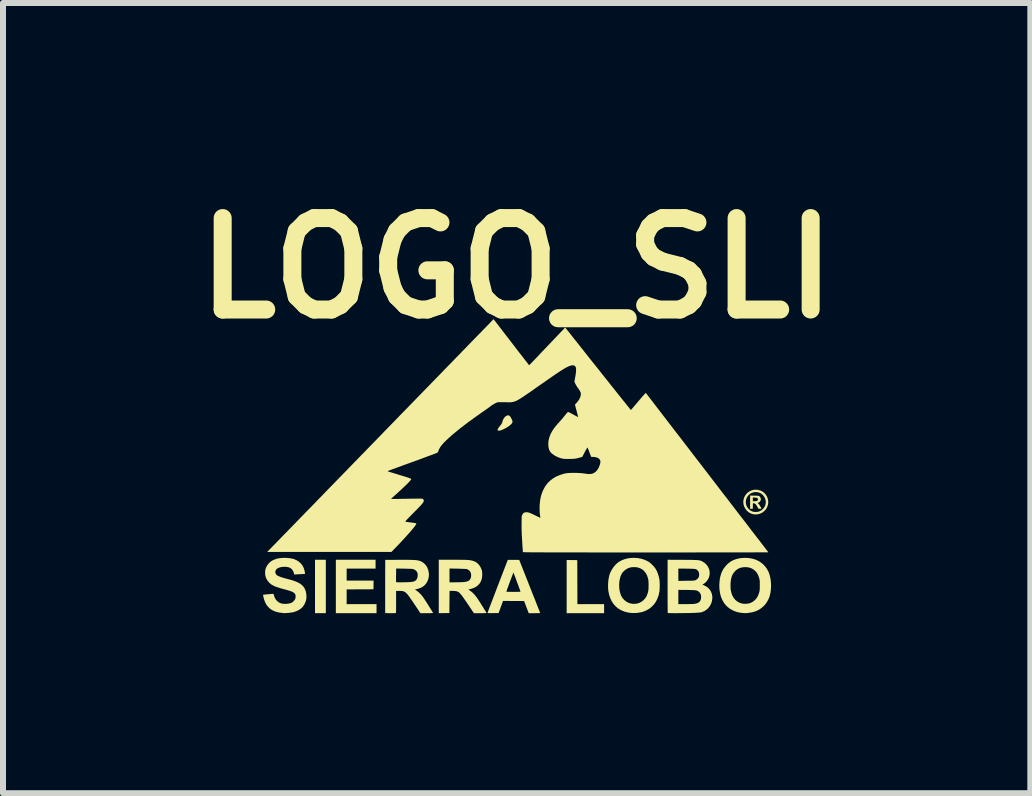
<source format=kicad_pcb>
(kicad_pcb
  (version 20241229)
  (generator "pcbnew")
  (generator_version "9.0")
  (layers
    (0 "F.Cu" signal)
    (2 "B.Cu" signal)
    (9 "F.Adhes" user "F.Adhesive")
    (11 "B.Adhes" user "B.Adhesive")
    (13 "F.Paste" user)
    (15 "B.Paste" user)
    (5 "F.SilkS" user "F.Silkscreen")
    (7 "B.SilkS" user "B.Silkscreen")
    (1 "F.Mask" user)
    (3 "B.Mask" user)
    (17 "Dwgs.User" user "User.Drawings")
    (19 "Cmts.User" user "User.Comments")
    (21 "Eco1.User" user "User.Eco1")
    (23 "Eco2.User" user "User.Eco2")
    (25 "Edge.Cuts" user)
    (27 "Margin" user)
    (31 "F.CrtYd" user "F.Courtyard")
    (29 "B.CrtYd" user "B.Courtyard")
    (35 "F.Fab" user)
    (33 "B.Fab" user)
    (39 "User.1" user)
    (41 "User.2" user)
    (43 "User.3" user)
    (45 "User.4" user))
  (footprint "LOGO_SLI"
    (layer "F.Cu")
    (at 5.559 4.718)
    (property "Reference" "LOGO_SLI" (at 0 -3.3 0) (layer "F.SilkS") (effects (font (size 1.524 1.524) (thickness 0.3))))
    (attr board_only exclude_from_pos_files exclude_from_bom allow_missing_courtyard)
    (fp_poly (pts (xy -3.18 2.449) (xy -3.36 2.449) (xy -3.36 1.559) (xy -3.18 1.559)) (stroke (width 0) (type solid)) (fill yes) (layer "F.SilkS"))
    (fp_poly (pts (xy 1.01 1.565) (xy 1.011 1.932) (xy 1.012 2.298) (xy 1.457 2.298) (xy 1.457 2.449) (xy 0.833 2.449) (xy 0.833 1.563)) (stroke (width 0) (type solid)) (fill yes) (layer "F.SilkS"))
    (fp_poly (pts (xy -2.351 1.706) (xy -2.833 1.706) (xy -2.833 1.906) (xy -2.384 1.906) (xy -2.385 1.979) (xy -2.386 2.051) (xy -2.61 2.052) (xy -2.833 2.053) (xy -2.833 2.298) (xy -2.335 2.298) (xy -2.335 2.449) (xy -3.013 2.449) (xy -3.013 1.559) (xy -2.351 1.559)) (stroke (width 0) (type solid)) (fill yes) (layer "F.SilkS"))
    (fp_poly (pts (xy -0.126 -0.843) (xy -0.116 -0.836) (xy -0.106 -0.825) (xy -0.096 -0.809) (xy -0.086 -0.79) (xy -0.077 -0.771) (xy -0.071 -0.754) (xy -0.069 -0.742) (xy -0.073 -0.725) (xy -0.085 -0.706) (xy -0.106 -0.686) (xy -0.133 -0.665) (xy -0.169 -0.642) (xy -0.175 -0.639) (xy -0.213 -0.619) (xy -0.246 -0.604) (xy -0.273 -0.595) (xy -0.295 -0.592) (xy -0.311 -0.594) (xy -0.313 -0.595) (xy -0.318 -0.6) (xy -0.317 -0.611) (xy -0.309 -0.627) (xy -0.296 -0.648) (xy -0.276 -0.674) (xy -0.265 -0.687) (xy -0.253 -0.704) (xy -0.245 -0.719) (xy -0.24 -0.734) (xy -0.234 -0.756) (xy -0.225 -0.778) (xy -0.213 -0.799) (xy -0.201 -0.815) (xy -0.192 -0.824) (xy -0.172 -0.839) (xy -0.155 -0.846) (xy -0.14 -0.848)) (stroke (width 0) (type solid)) (fill yes) (layer "F.SilkS"))
    (fp_poly (pts (xy 3.962 0.491) (xy 3.988 0.491) (xy 4.007 0.492) (xy 4.021 0.493) (xy 4.03 0.494) (xy 4.037 0.496) (xy 4.042 0.499) (xy 4.044 0.5) (xy 4.056 0.514) (xy 4.065 0.532) (xy 4.069 0.551) (xy 4.068 0.562) (xy 4.063 0.574) (xy 4.055 0.587) (xy 4.044 0.598) (xy 4.033 0.606) (xy 4.025 0.608) (xy 4.017 0.61) (xy 4.015 0.614) (xy 4.02 0.618) (xy 4.021 0.618) (xy 4.027 0.624) (xy 4.038 0.636) (xy 4.051 0.656) (xy 4.068 0.684) (xy 4.069 0.686) (xy 4.076 0.698) (xy 4.077 0.706) (xy 4.073 0.709) (xy 4.061 0.71) (xy 4.053 0.709) (xy 4.027 0.708) (xy 4.01 0.676) (xy 4.001 0.66) (xy 3.993 0.647) (xy 3.987 0.637) (xy 3.985 0.636) (xy 3.974 0.627) (xy 3.96 0.62) (xy 3.946 0.616) (xy 3.944 0.616) (xy 3.94 0.617) (xy 3.938 0.619) (xy 3.936 0.625) (xy 3.936 0.635) (xy 3.935 0.651) (xy 3.935 0.663) (xy 3.935 0.71) (xy 3.89 0.71) (xy 3.89 0.521) (xy 3.935 0.521) (xy 3.935 0.585) (xy 3.97 0.583) (xy 3.988 0.582) (xy 3.999 0.581) (xy 4.006 0.578) (xy 4.012 0.574) (xy 4.013 0.572) (xy 4.02 0.559) (xy 4.02 0.545) (xy 4.014 0.533) (xy 4.013 0.533) (xy 4.006 0.528) (xy 3.995 0.526) (xy 3.978 0.524) (xy 3.97 0.523) (xy 3.935 0.521) (xy 3.89 0.521) (xy 3.89 0.489)) (stroke (width 0) (type solid)) (fill yes) (layer "F.SilkS"))
    (fp_poly (pts (xy 4.024 0.395) (xy 4.062 0.406) (xy 4.097 0.423) (xy 4.127 0.447) (xy 4.153 0.477) (xy 4.173 0.511) (xy 4.186 0.55) (xy 4.186 0.552) (xy 4.192 0.587) (xy 4.191 0.62) (xy 4.186 0.645) (xy 4.173 0.683) (xy 4.154 0.717) (xy 4.128 0.746) (xy 4.098 0.77) (xy 4.064 0.788) (xy 4.026 0.8) (xy 3.986 0.804) (xy 3.984 0.804) (xy 3.965 0.803) (xy 3.946 0.801) (xy 3.931 0.798) (xy 3.93 0.798) (xy 3.893 0.784) (xy 3.861 0.764) (xy 3.833 0.738) (xy 3.81 0.708) (xy 3.792 0.675) (xy 3.781 0.639) (xy 3.777 0.608) (xy 3.818 0.608) (xy 3.824 0.64) (xy 3.835 0.671) (xy 3.853 0.699) (xy 3.876 0.723) (xy 3.905 0.744) (xy 3.937 0.758) (xy 3.952 0.761) (xy 3.972 0.762) (xy 3.99 0.762) (xy 4.011 0.761) (xy 4.027 0.758) (xy 4.041 0.754) (xy 4.051 0.75) (xy 4.083 0.731) (xy 4.109 0.707) (xy 4.129 0.68) (xy 4.143 0.649) (xy 4.15 0.617) (xy 4.151 0.584) (xy 4.144 0.551) (xy 4.131 0.519) (xy 4.111 0.489) (xy 4.104 0.482) (xy 4.078 0.459) (xy 4.048 0.443) (xy 4.016 0.434) (xy 3.982 0.431) (xy 3.949 0.435) (xy 3.917 0.445) (xy 3.887 0.462) (xy 3.864 0.482) (xy 3.842 0.511) (xy 3.827 0.542) (xy 3.819 0.575) (xy 3.818 0.608) (xy 3.777 0.608) (xy 3.776 0.602) (xy 3.779 0.564) (xy 3.782 0.55) (xy 3.796 0.51) (xy 3.817 0.475) (xy 3.843 0.446) (xy 3.874 0.422) (xy 3.909 0.405) (xy 3.947 0.394) (xy 3.984 0.391)) (stroke (width 0) (type solid)) (fill yes) (layer "F.SilkS"))
    (fp_poly (pts (xy -1.01 1.559) (xy -0.965 1.559) (xy -0.926 1.56) (xy -0.893 1.56) (xy -0.866 1.56) (xy -0.844 1.561) (xy -0.825 1.562) (xy -0.81 1.563) (xy -0.797 1.564) (xy -0.786 1.565) (xy -0.786 1.565) (xy -0.747 1.572) (xy -0.716 1.581) (xy -0.689 1.593) (xy -0.665 1.608) (xy -0.643 1.627) (xy -0.639 1.631) (xy -0.617 1.658) (xy -0.598 1.691) (xy -0.583 1.726) (xy -0.581 1.733) (xy -0.576 1.757) (xy -0.574 1.786) (xy -0.574 1.818) (xy -0.576 1.849) (xy -0.581 1.877) (xy -0.583 1.886) (xy -0.6 1.926) (xy -0.622 1.961) (xy -0.651 1.99) (xy -0.686 2.015) (xy -0.728 2.034) (xy -0.768 2.046) (xy -0.805 2.055) (xy -0.777 2.074) (xy -0.746 2.097) (xy -0.716 2.126) (xy -0.686 2.16) (xy -0.665 2.187) (xy -0.657 2.199) (xy -0.646 2.215) (xy -0.633 2.236) (xy -0.618 2.259) (xy -0.602 2.284) (xy -0.585 2.311) (xy -0.568 2.337) (xy -0.553 2.363) (xy -0.538 2.386) (xy -0.525 2.407) (xy -0.514 2.425) (xy -0.507 2.437) (xy -0.503 2.445) (xy -0.502 2.446) (xy -0.506 2.447) (xy -0.517 2.447) (xy -0.534 2.448) (xy -0.556 2.449) (xy -0.582 2.449) (xy -0.607 2.449) (xy -0.713 2.449) (xy -0.786 2.34) (xy -0.817 2.294) (xy -0.844 2.254) (xy -0.868 2.22) (xy -0.888 2.191) (xy -0.905 2.167) (xy -0.92 2.148) (xy -0.933 2.132) (xy -0.945 2.119) (xy -0.955 2.109) (xy -0.964 2.101) (xy -0.973 2.095) (xy -0.982 2.091) (xy -0.986 2.089) (xy -0.996 2.085) (xy -1.007 2.083) (xy -1.02 2.081) (xy -1.038 2.079) (xy -1.062 2.078) (xy -1.118 2.077) (xy -1.12 2.262) (xy -1.121 2.447) (xy -1.209 2.448) (xy -1.298 2.449) (xy -1.298 1.705) (xy -1.119 1.705) (xy -1.119 1.935) (xy -1.028 1.935) (xy -0.997 1.934) (xy -0.966 1.934) (xy -0.936 1.933) (xy -0.91 1.932) (xy -0.889 1.931) (xy -0.887 1.931) (xy -0.855 1.927) (xy -0.83 1.922) (xy -0.811 1.915) (xy -0.795 1.906) (xy -0.782 1.893) (xy -0.782 1.893) (xy -0.768 1.871) (xy -0.76 1.844) (xy -0.758 1.814) (xy -0.762 1.784) (xy -0.773 1.759) (xy -0.79 1.738) (xy -0.813 1.722) (xy -0.833 1.714) (xy -0.84 1.713) (xy -0.855 1.712) (xy -0.875 1.711) (xy -0.901 1.71) (xy -0.93 1.709) (xy -0.962 1.708) (xy -0.983 1.707) (xy -1.119 1.705) (xy -1.298 1.705) (xy -1.298 1.559) (xy -1.063 1.559)) (stroke (width 0) (type solid)) (fill yes) (layer "F.SilkS"))
    (fp_poly (pts (xy 3.866 1.53) (xy 3.923 1.54) (xy 3.976 1.555) (xy 4.025 1.577) (xy 4.057 1.596) (xy 4.102 1.63) (xy 4.14 1.67) (xy 4.172 1.714) (xy 4.198 1.763) (xy 4.217 1.818) (xy 4.23 1.877) (xy 4.237 1.942) (xy 4.239 1.988) (xy 4.236 2.053) (xy 4.228 2.113) (xy 4.215 2.168) (xy 4.195 2.218) (xy 4.17 2.264) (xy 4.139 2.306) (xy 4.121 2.326) (xy 4.081 2.362) (xy 4.036 2.392) (xy 3.986 2.416) (xy 3.93 2.433) (xy 3.87 2.443) (xy 3.856 2.445) (xy 3.836 2.447) (xy 3.821 2.448) (xy 3.808 2.448) (xy 3.796 2.448) (xy 3.781 2.447) (xy 3.761 2.445) (xy 3.754 2.445) (xy 3.695 2.436) (xy 3.641 2.42) (xy 3.59 2.397) (xy 3.543 2.368) (xy 3.501 2.333) (xy 3.465 2.292) (xy 3.439 2.253) (xy 3.417 2.208) (xy 3.399 2.159) (xy 3.387 2.105) (xy 3.379 2.049) (xy 3.377 2.001) (xy 3.563 2.001) (xy 3.566 2.055) (xy 3.576 2.103) (xy 3.59 2.147) (xy 3.597 2.161) (xy 3.619 2.199) (xy 3.647 2.231) (xy 3.68 2.257) (xy 3.718 2.277) (xy 3.754 2.288) (xy 3.779 2.292) (xy 3.808 2.293) (xy 3.839 2.291) (xy 3.867 2.287) (xy 3.887 2.282) (xy 3.903 2.275) (xy 3.923 2.265) (xy 3.941 2.254) (xy 3.942 2.254) (xy 3.973 2.228) (xy 4 2.196) (xy 4.021 2.159) (xy 4.037 2.116) (xy 4.042 2.1) (xy 4.045 2.086) (xy 4.048 2.074) (xy 4.049 2.061) (xy 4.051 2.046) (xy 4.051 2.027) (xy 4.051 2.002) (xy 4.051 1.982) (xy 4.051 1.952) (xy 4.051 1.929) (xy 4.05 1.911) (xy 4.048 1.897) (xy 4.046 1.884) (xy 4.043 1.871) (xy 4.042 1.867) (xy 4.027 1.824) (xy 4.009 1.787) (xy 3.985 1.755) (xy 3.976 1.747) (xy 3.945 1.72) (xy 3.91 1.701) (xy 3.872 1.688) (xy 3.829 1.682) (xy 3.809 1.682) (xy 3.765 1.685) (xy 3.725 1.694) (xy 3.69 1.709) (xy 3.657 1.732) (xy 3.639 1.749) (xy 3.615 1.778) (xy 3.595 1.81) (xy 3.581 1.847) (xy 3.571 1.888) (xy 3.565 1.936) (xy 3.564 1.942) (xy 3.563 2.001) (xy 3.377 2.001) (xy 3.376 1.992) (xy 3.379 1.935) (xy 3.385 1.879) (xy 3.397 1.825) (xy 3.413 1.775) (xy 3.435 1.73) (xy 3.448 1.708) (xy 3.483 1.662) (xy 3.52 1.624) (xy 3.561 1.592) (xy 3.607 1.567) (xy 3.657 1.548) (xy 3.712 1.535) (xy 3.748 1.53) (xy 3.808 1.527)) (stroke (width 0) (type solid)) (fill yes) (layer "F.SilkS"))
    (fp_poly (pts (xy 0.068 1.624) (xy 0.074 1.642) (xy 0.084 1.665) (xy 0.095 1.694) (xy 0.108 1.727) (xy 0.123 1.764) (xy 0.138 1.802) (xy 0.153 1.841) (xy 0.164 1.869) (xy 0.182 1.913) (xy 0.201 1.962) (xy 0.222 2.015) (xy 0.244 2.07) (xy 0.265 2.125) (xy 0.286 2.178) (xy 0.306 2.227) (xy 0.314 2.248) (xy 0.329 2.286) (xy 0.343 2.322) (xy 0.356 2.354) (xy 0.367 2.383) (xy 0.377 2.407) (xy 0.384 2.426) (xy 0.389 2.44) (xy 0.392 2.446) (xy 0.392 2.447) (xy 0.388 2.448) (xy 0.377 2.448) (xy 0.36 2.448) (xy 0.339 2.449) (xy 0.313 2.449) (xy 0.296 2.449) (xy 0.201 2.449) (xy 0.186 2.411) (xy 0.18 2.394) (xy 0.171 2.371) (xy 0.161 2.346) (xy 0.152 2.32) (xy 0.148 2.31) (xy 0.124 2.247) (xy -0.052 2.246) (xy -0.228 2.245) (xy -0.238 2.274) (xy -0.243 2.288) (xy -0.25 2.308) (xy -0.259 2.331) (xy -0.268 2.356) (xy -0.275 2.376) (xy -0.301 2.447) (xy -0.393 2.448) (xy -0.424 2.448) (xy -0.448 2.448) (xy -0.465 2.448) (xy -0.477 2.447) (xy -0.483 2.446) (xy -0.486 2.444) (xy -0.486 2.444) (xy -0.484 2.44) (xy -0.48 2.428) (xy -0.473 2.41) (xy -0.464 2.385) (xy -0.453 2.355) (xy -0.439 2.32) (xy -0.424 2.28) (xy -0.407 2.236) (xy -0.389 2.188) (xy -0.369 2.137) (xy -0.352 2.091) (xy -0.171 2.091) (xy -0.168 2.092) (xy -0.156 2.093) (xy -0.139 2.093) (xy -0.117 2.093) (xy -0.091 2.094) (xy -0.061 2.094) (xy -0.053 2.094) (xy -0.018 2.094) (xy 0.009 2.094) (xy 0.029 2.093) (xy 0.044 2.093) (xy 0.054 2.092) (xy 0.06 2.091) (xy 0.063 2.09) (xy 0.064 2.088) (xy 0.063 2.087) (xy 0.061 2.081) (xy 0.057 2.069) (xy 0.05 2.051) (xy 0.042 2.028) (xy 0.032 2.001) (xy 0.021 1.97) (xy 0.008 1.937) (xy 0.005 1.929) (xy -0.007 1.895) (xy -0.018 1.864) (xy -0.029 1.836) (xy -0.038 1.812) (xy -0.045 1.793) (xy -0.05 1.78) (xy -0.053 1.773) (xy -0.053 1.772) (xy -0.055 1.775) (xy -0.059 1.785) (xy -0.065 1.8) (xy -0.073 1.82) (xy -0.082 1.844) (xy -0.092 1.871) (xy -0.103 1.9) (xy -0.114 1.93) (xy -0.126 1.96) (xy -0.136 1.989) (xy -0.146 2.017) (xy -0.155 2.041) (xy -0.162 2.062) (xy -0.167 2.078) (xy -0.171 2.088) (xy -0.171 2.091) (xy -0.352 2.091) (xy -0.349 2.083) (xy -0.327 2.026) (xy -0.317 2) (xy -0.148 1.561) (xy 0.042 1.561)) (stroke (width 0) (type solid)) (fill yes) (layer "F.SilkS"))
    (fp_poly (pts (xy 2.013 1.53) (xy 2.072 1.541) (xy 2.128 1.558) (xy 2.18 1.582) (xy 2.194 1.589) (xy 2.215 1.604) (xy 2.239 1.624) (xy 2.263 1.647) (xy 2.286 1.671) (xy 2.305 1.695) (xy 2.312 1.705) (xy 2.336 1.747) (xy 2.355 1.795) (xy 2.37 1.847) (xy 2.38 1.896) (xy 2.382 1.92) (xy 2.383 1.95) (xy 2.384 1.983) (xy 2.383 2.017) (xy 2.382 2.049) (xy 2.38 2.077) (xy 2.378 2.091) (xy 2.365 2.151) (xy 2.346 2.205) (xy 2.321 2.256) (xy 2.29 2.301) (xy 2.253 2.34) (xy 2.211 2.374) (xy 2.163 2.402) (xy 2.111 2.423) (xy 2.104 2.426) (xy 2.056 2.437) (xy 2.003 2.445) (xy 1.949 2.447) (xy 1.904 2.445) (xy 1.844 2.436) (xy 1.788 2.42) (xy 1.737 2.398) (xy 1.69 2.37) (xy 1.649 2.335) (xy 1.613 2.295) (xy 1.583 2.249) (xy 1.559 2.197) (xy 1.54 2.141) (xy 1.528 2.08) (xy 1.527 2.071) (xy 1.523 2.024) (xy 1.523 1.992) (xy 1.708 1.992) (xy 1.71 2.035) (xy 1.717 2.083) (xy 1.728 2.125) (xy 1.742 2.161) (xy 1.761 2.193) (xy 1.786 2.222) (xy 1.79 2.227) (xy 1.823 2.254) (xy 1.86 2.275) (xy 1.9 2.288) (xy 1.943 2.294) (xy 1.987 2.292) (xy 2.01 2.288) (xy 2.047 2.276) (xy 2.082 2.257) (xy 2.114 2.232) (xy 2.141 2.203) (xy 2.161 2.172) (xy 2.169 2.154) (xy 2.178 2.132) (xy 2.185 2.11) (xy 2.187 2.103) (xy 2.191 2.088) (xy 2.193 2.075) (xy 2.195 2.061) (xy 2.197 2.046) (xy 2.197 2.027) (xy 2.198 2.003) (xy 2.198 1.986) (xy 2.198 1.957) (xy 2.197 1.934) (xy 2.196 1.917) (xy 2.195 1.902) (xy 2.193 1.888) (xy 2.189 1.874) (xy 2.189 1.872) (xy 2.174 1.825) (xy 2.154 1.786) (xy 2.128 1.752) (xy 2.098 1.724) (xy 2.062 1.703) (xy 2.022 1.689) (xy 2.019 1.688) (xy 1.997 1.684) (xy 1.97 1.682) (xy 1.941 1.682) (xy 1.914 1.684) (xy 1.891 1.688) (xy 1.854 1.701) (xy 1.818 1.721) (xy 1.787 1.747) (xy 1.76 1.777) (xy 1.755 1.785) (xy 1.738 1.817) (xy 1.725 1.855) (xy 1.715 1.898) (xy 1.709 1.944) (xy 1.708 1.992) (xy 1.523 1.992) (xy 1.523 1.974) (xy 1.526 1.923) (xy 1.532 1.874) (xy 1.541 1.83) (xy 1.543 1.821) (xy 1.559 1.775) (xy 1.582 1.73) (xy 1.61 1.686) (xy 1.642 1.647) (xy 1.664 1.625) (xy 1.703 1.594) (xy 1.746 1.57) (xy 1.794 1.551) (xy 1.846 1.537) (xy 1.891 1.53) (xy 1.952 1.527)) (stroke (width 0) (type solid)) (fill yes) (layer "F.SilkS"))
    (fp_poly (pts (xy 2.767 1.56) (xy 2.821 1.561) (xy 2.868 1.561) (xy 2.908 1.561) (xy 2.942 1.562) (xy 2.971 1.563) (xy 2.994 1.564) (xy 3.014 1.565) (xy 3.03 1.567) (xy 3.044 1.569) (xy 3.055 1.571) (xy 3.066 1.575) (xy 3.075 1.578) (xy 3.085 1.583) (xy 3.095 1.588) (xy 3.1 1.591) (xy 3.134 1.613) (xy 3.163 1.641) (xy 3.187 1.674) (xy 3.205 1.711) (xy 3.211 1.731) (xy 3.215 1.759) (xy 3.216 1.79) (xy 3.212 1.822) (xy 3.205 1.85) (xy 3.205 1.85) (xy 3.189 1.884) (xy 3.167 1.916) (xy 3.141 1.943) (xy 3.113 1.963) (xy 3.094 1.974) (xy 3.119 1.984) (xy 3.156 2.002) (xy 3.189 2.026) (xy 3.216 2.056) (xy 3.237 2.089) (xy 3.252 2.127) (xy 3.26 2.167) (xy 3.26 2.205) (xy 3.253 2.251) (xy 3.239 2.293) (xy 3.218 2.331) (xy 3.192 2.365) (xy 3.161 2.393) (xy 3.125 2.416) (xy 3.085 2.432) (xy 3.074 2.435) (xy 3.06 2.437) (xy 3.04 2.439) (xy 3.013 2.441) (xy 2.979 2.443) (xy 2.938 2.445) (xy 2.931 2.445) (xy 2.9 2.446) (xy 2.866 2.447) (xy 2.829 2.447) (xy 2.791 2.448) (xy 2.752 2.448) (xy 2.713 2.448) (xy 2.676 2.449) (xy 2.64 2.449) (xy 2.607 2.449) (xy 2.578 2.448) (xy 2.554 2.448) (xy 2.535 2.448) (xy 2.523 2.447) (xy 2.517 2.446) (xy 2.517 2.446) (xy 2.517 2.442) (xy 2.517 2.43) (xy 2.516 2.411) (xy 2.516 2.385) (xy 2.516 2.353) (xy 2.515 2.316) (xy 2.515 2.274) (xy 2.515 2.227) (xy 2.515 2.177) (xy 2.515 2.123) (xy 2.515 2.066) (xy 2.515 2.061) (xy 2.694 2.061) (xy 2.694 2.298) (xy 2.812 2.298) (xy 2.844 2.298) (xy 2.875 2.297) (xy 2.904 2.297) (xy 2.929 2.296) (xy 2.949 2.295) (xy 2.962 2.294) (xy 2.963 2.294) (xy 2.997 2.287) (xy 3.025 2.276) (xy 3.047 2.259) (xy 3.062 2.238) (xy 3.071 2.211) (xy 3.073 2.18) (xy 3.073 2.171) (xy 3.069 2.142) (xy 3.058 2.117) (xy 3.042 2.098) (xy 3.032 2.09) (xy 3.023 2.083) (xy 3.014 2.078) (xy 3.004 2.074) (xy 2.993 2.07) (xy 2.98 2.068) (xy 2.963 2.066) (xy 2.942 2.065) (xy 2.916 2.064) (xy 2.883 2.063) (xy 2.844 2.062) (xy 2.834 2.062) (xy 2.694 2.061) (xy 2.515 2.061) (xy 2.515 2.006) (xy 2.515 1.706) (xy 2.694 1.706) (xy 2.694 1.911) (xy 2.826 1.909) (xy 2.863 1.909) (xy 2.893 1.908) (xy 2.917 1.908) (xy 2.935 1.907) (xy 2.949 1.906) (xy 2.96 1.905) (xy 2.968 1.903) (xy 2.975 1.901) (xy 2.978 1.9) (xy 2.997 1.89) (xy 3.015 1.875) (xy 3.029 1.858) (xy 3.036 1.842) (xy 3.041 1.813) (xy 3.04 1.786) (xy 3.032 1.76) (xy 3.017 1.739) (xy 3.015 1.737) (xy 3.008 1.73) (xy 3 1.724) (xy 2.993 1.719) (xy 2.984 1.716) (xy 2.972 1.713) (xy 2.957 1.711) (xy 2.938 1.71) (xy 2.914 1.709) (xy 2.883 1.708) (xy 2.846 1.707) (xy 2.83 1.707) (xy 2.694 1.706) (xy 2.515 1.706) (xy 2.515 1.559)) (stroke (width 0) (type solid)) (fill yes) (layer "F.SilkS"))
    (fp_poly (pts (xy -3.81 1.53) (xy -3.765 1.535) (xy -3.725 1.544) (xy -3.714 1.547) (xy -3.669 1.566) (xy -3.63 1.59) (xy -3.597 1.62) (xy -3.569 1.655) (xy -3.549 1.694) (xy -3.535 1.739) (xy -3.529 1.772) (xy -3.526 1.795) (xy -3.579 1.798) (xy -3.603 1.799) (xy -3.629 1.8) (xy -3.653 1.802) (xy -3.669 1.802) (xy -3.706 1.805) (xy -3.709 1.793) (xy -3.719 1.759) (xy -3.734 1.731) (xy -3.753 1.709) (xy -3.778 1.693) (xy -3.808 1.682) (xy -3.844 1.677) (xy -3.87 1.676) (xy -3.908 1.678) (xy -3.942 1.685) (xy -3.971 1.695) (xy -3.993 1.708) (xy -4.009 1.725) (xy -4.019 1.744) (xy -4.021 1.761) (xy -4.02 1.777) (xy -4.015 1.791) (xy -4.007 1.804) (xy -3.995 1.816) (xy -3.978 1.827) (xy -3.956 1.837) (xy -3.927 1.848) (xy -3.892 1.859) (xy -3.85 1.871) (xy -3.829 1.876) (xy -3.773 1.891) (xy -3.724 1.906) (xy -3.682 1.921) (xy -3.646 1.937) (xy -3.615 1.953) (xy -3.59 1.971) (xy -3.568 1.99) (xy -3.55 2.011) (xy -3.535 2.035) (xy -3.527 2.051) (xy -3.514 2.085) (xy -3.506 2.123) (xy -3.503 2.163) (xy -3.504 2.203) (xy -3.511 2.24) (xy -3.515 2.253) (xy -3.533 2.296) (xy -3.557 2.334) (xy -3.587 2.366) (xy -3.624 2.393) (xy -3.666 2.414) (xy -3.715 2.431) (xy -3.723 2.433) (xy -3.737 2.436) (xy -3.755 2.438) (xy -3.778 2.441) (xy -3.801 2.444) (xy -3.825 2.446) (xy -3.845 2.448) (xy -3.861 2.449) (xy -3.87 2.448) (xy -3.877 2.448) (xy -3.889 2.447) (xy -3.905 2.445) (xy -3.914 2.444) (xy -3.971 2.436) (xy -4.022 2.422) (xy -4.067 2.402) (xy -4.107 2.377) (xy -4.141 2.345) (xy -4.17 2.308) (xy -4.193 2.264) (xy -4.21 2.216) (xy -4.215 2.198) (xy -4.219 2.18) (xy -4.222 2.165) (xy -4.223 2.162) (xy -4.226 2.143) (xy -4.212 2.141) (xy -4.203 2.14) (xy -4.188 2.138) (xy -4.168 2.136) (xy -4.146 2.134) (xy -4.123 2.132) (xy -4.102 2.13) (xy -4.083 2.128) (xy -4.068 2.127) (xy -4.06 2.127) (xy -4.06 2.127) (xy -4.054 2.128) (xy -4.05 2.133) (xy -4.046 2.144) (xy -4.045 2.148) (xy -4.033 2.187) (xy -4.014 2.221) (xy -3.991 2.248) (xy -3.962 2.27) (xy -3.928 2.285) (xy -3.918 2.288) (xy -3.891 2.293) (xy -3.861 2.294) (xy -3.829 2.293) (xy -3.797 2.289) (xy -3.769 2.282) (xy -3.748 2.274) (xy -3.732 2.263) (xy -3.716 2.248) (xy -3.702 2.232) (xy -3.692 2.217) (xy -3.686 2.198) (xy -3.683 2.176) (xy -3.684 2.155) (xy -3.686 2.145) (xy -3.692 2.132) (xy -3.699 2.121) (xy -3.709 2.111) (xy -3.722 2.102) (xy -3.74 2.092) (xy -3.763 2.083) (xy -3.792 2.074) (xy -3.827 2.063) (xy -3.869 2.052) (xy -3.872 2.051) (xy -3.921 2.038) (xy -3.963 2.025) (xy -3.999 2.013) (xy -4.029 2.002) (xy -4.055 1.99) (xy -4.077 1.977) (xy -4.097 1.964) (xy -4.114 1.949) (xy -4.128 1.936) (xy -4.155 1.902) (xy -4.175 1.866) (xy -4.187 1.828) (xy -4.192 1.786) (xy -4.192 1.775) (xy -4.189 1.733) (xy -4.178 1.693) (xy -4.159 1.656) (xy -4.133 1.622) (xy -4.124 1.612) (xy -4.097 1.588) (xy -4.068 1.57) (xy -4.035 1.555) (xy -3.997 1.542) (xy -3.99 1.54) (xy -3.949 1.533) (xy -3.904 1.528) (xy -3.857 1.527)) (stroke (width 0) (type solid)) (fill yes) (layer "F.SilkS"))
    (fp_poly (pts (xy -1.806 1.56) (xy -1.767 1.561) (xy -1.734 1.562) (xy -1.706 1.563) (xy -1.682 1.565) (xy -1.661 1.567) (xy -1.643 1.571) (xy -1.627 1.574) (xy -1.612 1.579) (xy -1.599 1.584) (xy -1.585 1.59) (xy -1.581 1.592) (xy -1.56 1.605) (xy -1.537 1.625) (xy -1.516 1.647) (xy -1.499 1.671) (xy -1.49 1.687) (xy -1.474 1.728) (xy -1.465 1.77) (xy -1.462 1.812) (xy -1.466 1.853) (xy -1.476 1.892) (xy -1.493 1.929) (xy -1.514 1.962) (xy -1.542 1.991) (xy -1.574 2.014) (xy -1.589 2.022) (xy -1.609 2.03) (xy -1.632 2.039) (xy -1.654 2.045) (xy -1.658 2.046) (xy -1.695 2.056) (xy -1.667 2.074) (xy -1.632 2.101) (xy -1.597 2.136) (xy -1.563 2.177) (xy -1.557 2.186) (xy -1.549 2.198) (xy -1.538 2.214) (xy -1.524 2.235) (xy -1.509 2.258) (xy -1.493 2.283) (xy -1.476 2.309) (xy -1.46 2.336) (xy -1.444 2.361) (xy -1.429 2.385) (xy -1.416 2.406) (xy -1.405 2.424) (xy -1.397 2.437) (xy -1.393 2.445) (xy -1.392 2.446) (xy -1.396 2.447) (xy -1.407 2.448) (xy -1.424 2.448) (xy -1.446 2.449) (xy -1.472 2.449) (xy -1.498 2.449) (xy -1.604 2.449) (xy -1.678 2.338) (xy -1.709 2.292) (xy -1.735 2.253) (xy -1.758 2.22) (xy -1.777 2.192) (xy -1.794 2.169) (xy -1.808 2.15) (xy -1.821 2.134) (xy -1.832 2.122) (xy -1.842 2.112) (xy -1.851 2.104) (xy -1.86 2.098) (xy -1.869 2.093) (xy -1.873 2.091) (xy -1.883 2.086) (xy -1.893 2.083) (xy -1.903 2.081) (xy -1.917 2.08) (xy -1.935 2.079) (xy -1.952 2.078) (xy -1.975 2.078) (xy -1.991 2.078) (xy -2.002 2.078) (xy -2.007 2.08) (xy -2.009 2.082) (xy -2.009 2.082) (xy -2.009 2.087) (xy -2.009 2.1) (xy -2.009 2.119) (xy -2.009 2.143) (xy -2.009 2.172) (xy -2.009 2.205) (xy -2.009 2.241) (xy -2.009 2.262) (xy -2.009 2.299) (xy -2.009 2.334) (xy -2.009 2.365) (xy -2.009 2.392) (xy -2.01 2.415) (xy -2.01 2.431) (xy -2.011 2.44) (xy -2.011 2.443) (xy -2.013 2.445) (xy -2.017 2.446) (xy -2.024 2.447) (xy -2.035 2.448) (xy -2.052 2.449) (xy -2.075 2.449) (xy -2.101 2.449) (xy -2.126 2.449) (xy -2.149 2.448) (xy -2.168 2.448) (xy -2.182 2.447) (xy -2.189 2.446) (xy -2.19 2.445) (xy -2.19 2.441) (xy -2.19 2.429) (xy -2.191 2.409) (xy -2.191 2.384) (xy -2.191 2.352) (xy -2.191 2.315) (xy -2.191 2.272) (xy -2.191 2.225) (xy -2.191 2.175) (xy -2.191 2.121) (xy -2.191 2.064) (xy -2.191 2.005) (xy -2.191 2.001) (xy -2.191 1.892) (xy -2.01 1.892) (xy -2.01 1.91) (xy -2.01 1.923) (xy -2.009 1.928) (xy -2.008 1.93) (xy -2.005 1.932) (xy -1.999 1.933) (xy -1.989 1.934) (xy -1.974 1.934) (xy -1.953 1.935) (xy -1.926 1.935) (xy -1.917 1.935) (xy -1.887 1.934) (xy -1.856 1.934) (xy -1.826 1.933) (xy -1.799 1.932) (xy -1.779 1.931) (xy -1.777 1.931) (xy -1.744 1.927) (xy -1.717 1.922) (xy -1.697 1.914) (xy -1.681 1.903) (xy -1.669 1.889) (xy -1.659 1.871) (xy -1.653 1.852) (xy -1.649 1.828) (xy -1.649 1.804) (xy -1.652 1.782) (xy -1.656 1.772) (xy -1.668 1.752) (xy -1.686 1.734) (xy -1.708 1.721) (xy -1.714 1.718) (xy -1.72 1.716) (xy -1.728 1.714) (xy -1.737 1.713) (xy -1.748 1.711) (xy -1.763 1.71) (xy -1.783 1.71) (xy -1.808 1.709) (xy -1.84 1.708) (xy -1.872 1.707) (xy -2.008 1.705) (xy -2.009 1.813) (xy -2.01 1.842) (xy -2.01 1.869) (xy -2.01 1.892) (xy -2.191 1.892) (xy -2.19 1.561) (xy -1.962 1.56) (xy -1.902 1.56) (xy -1.851 1.56)) (stroke (width 0) (type solid)) (fill yes) (layer "F.SilkS"))
    (fp_poly (pts (xy -0.09 -2.067) (xy -0.052 -2.018) (xy -0.016 -1.97) (xy 0.019 -1.925) (xy 0.052 -1.882) (xy 0.083 -1.843) (xy 0.111 -1.807) (xy 0.136 -1.774) (xy 0.158 -1.746) (xy 0.176 -1.723) (xy 0.19 -1.704) (xy 0.201 -1.691) (xy 0.206 -1.684) (xy 0.208 -1.683) (xy 0.211 -1.685) (xy 0.219 -1.694) (xy 0.232 -1.707) (xy 0.25 -1.725) (xy 0.272 -1.748) (xy 0.298 -1.775) (xy 0.327 -1.805) (xy 0.359 -1.839) (xy 0.393 -1.875) (xy 0.43 -1.914) (xy 0.469 -1.955) (xy 0.508 -1.996) (xy 0.549 -2.038) (xy 0.588 -2.079) (xy 0.624 -2.118) (xy 0.659 -2.154) (xy 0.691 -2.188) (xy 0.72 -2.218) (xy 0.745 -2.245) (xy 0.767 -2.267) (xy 0.784 -2.285) (xy 0.797 -2.299) (xy 0.805 -2.307) (xy 0.808 -2.31) (xy 0.811 -2.307) (xy 0.819 -2.298) (xy 0.829 -2.285) (xy 0.843 -2.268) (xy 0.859 -2.249) (xy 0.866 -2.24) (xy 0.906 -2.189) (xy 0.948 -2.135) (xy 0.993 -2.079) (xy 1.038 -2.022) (xy 1.085 -1.963) (xy 1.133 -1.902) (xy 1.181 -1.841) (xy 1.23 -1.779) (xy 1.28 -1.717) (xy 1.329 -1.656) (xy 1.378 -1.594) (xy 1.426 -1.533) (xy 1.473 -1.474) (xy 1.52 -1.416) (xy 1.564 -1.359) (xy 1.608 -1.305) (xy 1.649 -1.253) (xy 1.688 -1.204) (xy 1.725 -1.158) (xy 1.759 -1.115) (xy 1.79 -1.076) (xy 1.818 -1.042) (xy 1.842 -1.011) (xy 1.863 -0.986) (xy 1.879 -0.965) (xy 1.892 -0.95) (xy 1.9 -0.94) (xy 1.903 -0.937) (xy 1.903 -0.937) (xy 1.906 -0.94) (xy 1.914 -0.948) (xy 1.926 -0.962) (xy 1.942 -0.98) (xy 1.96 -1.002) (xy 1.982 -1.027) (xy 2.005 -1.055) (xy 2.027 -1.081) (xy 2.052 -1.11) (xy 2.075 -1.137) (xy 2.096 -1.162) (xy 2.115 -1.183) (xy 2.13 -1.2) (xy 2.142 -1.212) (xy 2.149 -1.22) (xy 2.152 -1.222) (xy 2.154 -1.218) (xy 2.162 -1.208) (xy 2.174 -1.193) (xy 2.189 -1.173) (xy 2.209 -1.147) (xy 2.232 -1.118) (xy 2.257 -1.084) (xy 2.286 -1.048) (xy 2.316 -1.008) (xy 2.349 -0.965) (xy 2.384 -0.92) (xy 2.413 -0.882) (xy 2.463 -0.817) (xy 2.514 -0.75) (xy 2.568 -0.68) (xy 2.624 -0.607) (xy 2.682 -0.532) (xy 2.741 -0.456) (xy 2.801 -0.377) (xy 2.863 -0.297) (xy 2.925 -0.216) (xy 2.988 -0.134) (xy 3.051 -0.052) (xy 3.115 0.031) (xy 3.178 0.113) (xy 3.241 0.195) (xy 3.304 0.277) (xy 3.366 0.358) (xy 3.427 0.438) (xy 3.488 0.516) (xy 3.546 0.592) (xy 3.604 0.667) (xy 3.659 0.739) (xy 3.712 0.808) (xy 3.764 0.875) (xy 3.813 0.938) (xy 3.859 0.998) (xy 3.902 1.055) (xy 3.942 1.107) (xy 3.979 1.155) (xy 4.013 1.199) (xy 4.043 1.237) (xy 4.068 1.271) (xy 4.09 1.299) (xy 4.107 1.321) (xy 4.12 1.338) (xy 4.126 1.346) (xy 4.144 1.369) (xy 4.159 1.39) (xy 4.173 1.407) (xy 4.183 1.421) (xy 4.19 1.431) (xy 4.193 1.434) (xy 4.188 1.435) (xy 4.177 1.435) (xy 4.157 1.435) (xy 4.13 1.435) (xy 4.096 1.435) (xy 4.054 1.435) (xy 4.006 1.435) (xy 3.952 1.436) (xy 3.892 1.436) (xy 3.825 1.436) (xy 3.753 1.436) (xy 3.675 1.436) (xy 3.592 1.436) (xy 3.504 1.436) (xy 3.411 1.436) (xy 3.314 1.436) (xy 3.213 1.436) (xy 3.107 1.436) (xy 2.998 1.437) (xy 2.885 1.437) (xy 2.769 1.437) (xy 2.65 1.437) (xy 2.528 1.437) (xy 2.404 1.437) (xy 2.277 1.437) (xy 2.149 1.437) (xy 1.99 1.437) (xy 1.838 1.437) (xy 1.695 1.437) (xy 1.558 1.437) (xy 1.43 1.437) (xy 1.309 1.437) (xy 1.194 1.437) (xy 1.087 1.436) (xy 0.986 1.436) (xy 0.892 1.436) (xy 0.804 1.436) (xy 0.723 1.436) (xy 0.647 1.436) (xy 0.577 1.436) (xy 0.513 1.436) (xy 0.455 1.436) (xy 0.401 1.435) (xy 0.353 1.435) (xy 0.309 1.435) (xy 0.271 1.435) (xy 0.237 1.435) (xy 0.207 1.434) (xy 0.181 1.434) (xy 0.16 1.434) (xy 0.142 1.433) (xy 0.128 1.433) (xy 0.117 1.433) (xy 0.11 1.432) (xy 0.106 1.432) (xy 0.104 1.432) (xy 0.103 1.426) (xy 0.102 1.413) (xy 0.101 1.394) (xy 0.099 1.37) (xy 0.097 1.341) (xy 0.095 1.309) (xy 0.093 1.275) (xy 0.091 1.239) (xy 0.089 1.203) (xy 0.087 1.167) (xy 0.085 1.143) (xy 0.084 1.113) (xy 0.083 1.078) (xy 0.082 1.039) (xy 0.082 0.999) (xy 0.082 0.962) (xy 0.082 0.943) (xy 0.084 0.831) (xy 0.096 0.806) (xy 0.107 0.788) (xy 0.12 0.776) (xy 0.137 0.77) (xy 0.159 0.767) (xy 0.162 0.767) (xy 0.176 0.768) (xy 0.19 0.77) (xy 0.205 0.774) (xy 0.222 0.78) (xy 0.243 0.788) (xy 0.269 0.8) (xy 0.299 0.815) (xy 0.315 0.823) (xy 0.338 0.834) (xy 0.359 0.844) (xy 0.375 0.852) (xy 0.387 0.858) (xy 0.393 0.86) (xy 0.394 0.86) (xy 0.394 0.856) (xy 0.393 0.846) (xy 0.392 0.837) (xy 0.386 0.797) (xy 0.383 0.753) (xy 0.382 0.707) (xy 0.382 0.663) (xy 0.384 0.638) (xy 0.39 0.575) (xy 0.4 0.518) (xy 0.415 0.465) (xy 0.434 0.415) (xy 0.446 0.389) (xy 0.476 0.335) (xy 0.512 0.286) (xy 0.554 0.244) (xy 0.601 0.207) (xy 0.654 0.175) (xy 0.714 0.149) (xy 0.78 0.128) (xy 0.794 0.124) (xy 0.812 0.12) (xy 0.83 0.117) (xy 0.85 0.115) (xy 0.874 0.113) (xy 0.903 0.112) (xy 0.908 0.111) (xy 0.946 0.111) (xy 0.986 0.111) (xy 1.026 0.113) (xy 1.064 0.115) (xy 1.099 0.118) (xy 1.13 0.122) (xy 1.15 0.125) (xy 1.188 0.13) (xy 1.219 0.13) (xy 1.239 0.129) (xy 1.254 0.126) (xy 1.267 0.122) (xy 1.282 0.116) (xy 1.283 0.115) (xy 1.313 0.096) (xy 1.339 0.069) (xy 1.361 0.036) (xy 1.379 -0.004) (xy 1.386 -0.026) (xy 1.392 -0.049) (xy 1.395 -0.066) (xy 1.396 -0.08) (xy 1.393 -0.091) (xy 1.39 -0.1) (xy 1.378 -0.119) (xy 1.358 -0.135) (xy 1.332 -0.146) (xy 1.3 -0.153) (xy 1.281 -0.154) (xy 1.241 -0.156) (xy 1.235 -0.173) (xy 1.231 -0.183) (xy 1.225 -0.198) (xy 1.217 -0.218) (xy 1.209 -0.24) (xy 1.206 -0.249) (xy 1.198 -0.27) (xy 1.191 -0.288) (xy 1.185 -0.301) (xy 1.181 -0.31) (xy 1.18 -0.312) (xy 1.177 -0.309) (xy 1.171 -0.3) (xy 1.163 -0.286) (xy 1.152 -0.268) (xy 1.141 -0.246) (xy 1.135 -0.235) (xy 1.093 -0.155) (xy 1.064 -0.147) (xy 1.033 -0.138) (xy 1.005 -0.131) (xy 0.978 -0.126) (xy 0.949 -0.123) (xy 0.918 -0.122) (xy 0.881 -0.121) (xy 0.867 -0.121) (xy 0.838 -0.121) (xy 0.815 -0.121) (xy 0.798 -0.122) (xy 0.783 -0.123) (xy 0.771 -0.125) (xy 0.759 -0.127) (xy 0.745 -0.131) (xy 0.742 -0.131) (xy 0.687 -0.15) (xy 0.637 -0.175) (xy 0.593 -0.206) (xy 0.571 -0.225) (xy 0.555 -0.246) (xy 0.542 -0.273) (xy 0.533 -0.305) (xy 0.528 -0.34) (xy 0.527 -0.379) (xy 0.53 -0.419) (xy 0.533 -0.434) (xy 0.546 -0.486) (xy 0.566 -0.538) (xy 0.594 -0.589) (xy 0.629 -0.641) (xy 0.672 -0.693) (xy 0.686 -0.708) (xy 0.7 -0.724) (xy 0.718 -0.744) (xy 0.738 -0.767) (xy 0.76 -0.792) (xy 0.78 -0.817) (xy 0.787 -0.826) (xy 0.805 -0.847) (xy 0.821 -0.867) (xy 0.835 -0.883) (xy 0.846 -0.895) (xy 0.853 -0.903) (xy 0.855 -0.905) (xy 0.86 -0.903) (xy 0.871 -0.898) (xy 0.887 -0.891) (xy 0.906 -0.881) (xy 0.929 -0.869) (xy 0.941 -0.862) (xy 0.965 -0.849) (xy 0.985 -0.838) (xy 1.003 -0.829) (xy 1.015 -0.822) (xy 1.023 -0.819) (xy 1.024 -0.818) (xy 1.023 -0.822) (xy 1.021 -0.833) (xy 1.017 -0.85) (xy 1.011 -0.872) (xy 1.005 -0.897) (xy 0.998 -0.923) (xy 0.971 -1.026) (xy 0.993 -1.049) (xy 1.02 -1.081) (xy 1.042 -1.114) (xy 1.058 -1.146) (xy 1.067 -1.177) (xy 1.069 -1.207) (xy 1.066 -1.229) (xy 1.061 -1.239) (xy 1.053 -1.254) (xy 1.043 -1.271) (xy 1.03 -1.289) (xy 1.028 -1.292) (xy 1.01 -1.318) (xy 0.994 -1.343) (xy 0.981 -1.367) (xy 0.971 -1.387) (xy 0.965 -1.403) (xy 0.963 -1.412) (xy 0.964 -1.42) (xy 0.966 -1.434) (xy 0.97 -1.453) (xy 0.974 -1.475) (xy 0.976 -1.488) (xy 0.984 -1.531) (xy 0.988 -1.569) (xy 0.99 -1.602) (xy 0.989 -1.629) (xy 0.985 -1.649) (xy 0.981 -1.657) (xy 0.968 -1.671) (xy 0.952 -1.68) (xy 0.931 -1.682) (xy 0.906 -1.678) (xy 0.876 -1.668) (xy 0.841 -1.652) (xy 0.825 -1.644) (xy 0.807 -1.634) (xy 0.787 -1.622) (xy 0.762 -1.607) (xy 0.734 -1.589) (xy 0.702 -1.568) (xy 0.665 -1.543) (xy 0.622 -1.514) (xy 0.575 -1.481) (xy 0.522 -1.445) (xy 0.463 -1.403) (xy 0.435 -1.384) (xy 0.372 -1.34) (xy 0.316 -1.301) (xy 0.266 -1.265) (xy 0.221 -1.234) (xy 0.181 -1.207) (xy 0.146 -1.183) (xy 0.115 -1.162) (xy 0.088 -1.144) (xy 0.064 -1.129) (xy 0.043 -1.116) (xy 0.025 -1.105) (xy 0.009 -1.097) (xy -0.005 -1.09) (xy -0.017 -1.084) (xy -0.029 -1.08) (xy -0.04 -1.076) (xy -0.051 -1.073) (xy -0.062 -1.071) (xy -0.062 -1.071) (xy -0.08 -1.067) (xy -0.1 -1.065) (xy -0.123 -1.064) (xy -0.151 -1.065) (xy -0.155 -1.065) (xy -0.195 -1.066) (xy -0.227 -1.066) (xy -0.254 -1.066) (xy -0.274 -1.066) (xy -0.29 -1.066) (xy -0.303 -1.066) (xy -0.313 -1.065) (xy -0.32 -1.063) (xy -0.327 -1.061) (xy -0.334 -1.059) (xy -0.336 -1.058) (xy -0.352 -1.051) (xy -0.373 -1.039) (xy -0.397 -1.025) (xy -0.422 -1.009) (xy -0.446 -0.991) (xy -0.453 -0.986) (xy -0.462 -0.979) (xy -0.477 -0.968) (xy -0.496 -0.955) (xy -0.519 -0.938) (xy -0.544 -0.921) (xy -0.571 -0.902) (xy -0.578 -0.897) (xy -0.659 -0.84) (xy -0.734 -0.786) (xy -0.803 -0.736) (xy -0.866 -0.688) (xy -0.926 -0.642) (xy -0.981 -0.598) (xy -1.033 -0.555) (xy -1.082 -0.514) (xy -1.13 -0.471) (xy -1.171 -0.433) (xy -1.207 -0.398) (xy -1.236 -0.366) (xy -1.26 -0.337) (xy -1.278 -0.31) (xy -1.292 -0.285) (xy -1.302 -0.262) (xy -1.302 -0.262) (xy -1.307 -0.246) (xy -1.312 -0.236) (xy -1.318 -0.229) (xy -1.328 -0.223) (xy -1.329 -0.222) (xy -1.335 -0.219) (xy -1.348 -0.214) (xy -1.368 -0.206) (xy -1.394 -0.196) (xy -1.426 -0.184) (xy -1.463 -0.171) (xy -1.504 -0.156) (xy -1.548 -0.139) (xy -1.597 -0.121) (xy -1.648 -0.102) (xy -1.701 -0.083) (xy -1.738 -0.07) (xy -1.792 -0.05) (xy -1.845 -0.031) (xy -1.895 -0.013) (xy -1.941 0.005) (xy -1.985 0.02) (xy -2.024 0.035) (xy -2.059 0.047) (xy -2.088 0.058) (xy -2.112 0.067) (xy -2.129 0.073) (xy -2.14 0.077) (xy -2.143 0.078) (xy -2.146 0.08) (xy -2.148 0.081) (xy -2.148 0.083) (xy -2.145 0.085) (xy -2.139 0.088) (xy -2.129 0.092) (xy -2.113 0.097) (xy -2.093 0.103) (xy -2.067 0.111) (xy -2.034 0.121) (xy -2.004 0.13) (xy -1.956 0.145) (xy -1.916 0.157) (xy -1.882 0.167) (xy -1.854 0.176) (xy -1.831 0.183) (xy -1.813 0.189) (xy -1.798 0.194) (xy -1.788 0.198) (xy -1.78 0.201) (xy -1.774 0.203) (xy -1.769 0.206) (xy -1.767 0.207) (xy -1.755 0.215) (xy -1.768 0.234) (xy -1.776 0.244) (xy -1.79 0.259) (xy -1.808 0.279) (xy -1.831 0.302) (xy -1.858 0.328) (xy -1.888 0.356) (xy -1.92 0.387) (xy -1.955 0.418) (xy -1.99 0.451) (xy -2.004 0.463) (xy -2.026 0.483) (xy -2.047 0.502) (xy -2.065 0.518) (xy -2.079 0.531) (xy -2.088 0.54) (xy -2.093 0.545) (xy -2.093 0.545) (xy -2.089 0.546) (xy -2.077 0.546) (xy -2.059 0.546) (xy -2.034 0.545) (xy -2.004 0.545) (xy -1.97 0.545) (xy -1.931 0.544) (xy -1.89 0.543) (xy -1.845 0.543) (xy -1.841 0.543) (xy -1.796 0.542) (xy -1.754 0.541) (xy -1.714 0.541) (xy -1.678 0.541) (xy -1.647 0.54) (xy -1.62 0.54) (xy -1.6 0.54) (xy -1.586 0.541) (xy -1.579 0.541) (xy -1.579 0.541) (xy -1.565 0.546) (xy -1.554 0.555) (xy -1.548 0.566) (xy -1.547 0.569) (xy -1.548 0.578) (xy -1.55 0.586) (xy -1.553 0.595) (xy -1.559 0.605) (xy -1.568 0.618) (xy -1.58 0.632) (xy -1.595 0.65) (xy -1.614 0.67) (xy -1.638 0.695) (xy -1.666 0.724) (xy -1.7 0.758) (xy -1.722 0.78) (xy -1.758 0.817) (xy -1.789 0.848) (xy -1.814 0.874) (xy -1.833 0.894) (xy -1.847 0.91) (xy -1.855 0.92) (xy -1.857 0.924) (xy -1.857 0.924) (xy -1.852 0.925) (xy -1.839 0.927) (xy -1.821 0.93) (xy -1.799 0.933) (xy -1.774 0.936) (xy -1.765 0.937) (xy -1.739 0.941) (xy -1.716 0.944) (xy -1.696 0.947) (xy -1.682 0.949) (xy -1.674 0.951) (xy -1.673 0.951) (xy -1.672 0.957) (xy -1.676 0.967) (xy -1.685 0.983) (xy -1.699 1.003) (xy -1.711 1.019) (xy -1.732 1.044) (xy -1.757 1.074) (xy -1.787 1.109) (xy -1.821 1.146) (xy -1.857 1.187) (xy -1.895 1.228) (xy -1.935 1.271) (xy -1.975 1.314) (xy -2.015 1.355) (xy -2.036 1.377) (xy -2.087 1.429) (xy -4.158 1.429) (xy -4.088 1.358) (xy -4.076 1.346) (xy -4.064 1.333) (xy -4.05 1.319) (xy -4.035 1.304) (xy -4.019 1.288) (xy -4.001 1.269) (xy -3.98 1.248) (xy -3.957 1.224) (xy -3.931 1.197) (xy -3.902 1.167) (xy -3.869 1.133) (xy -3.832 1.096) (xy -3.792 1.054) (xy -3.746 1.007) (xy -3.696 0.956) (xy -3.641 0.899) (xy -3.595 0.851) (xy -3.563 0.819) (xy -3.532 0.786) (xy -3.5 0.754) (xy -3.47 0.723) (xy -3.441 0.694) (xy -3.416 0.668) (xy -3.395 0.646) (xy -3.38 0.631) (xy -3.367 0.618) (xy -3.35 0.6) (xy -3.327 0.576) (xy -3.301 0.549) (xy -3.27 0.518) (xy -3.237 0.484) (xy -3.201 0.446) (xy -3.163 0.407) (xy -3.123 0.366) (xy -3.082 0.324) (xy -3.04 0.281) (xy -3.023 0.263) (xy -2.981 0.22) (xy -2.94 0.178) (xy -2.899 0.136) (xy -2.86 0.096) (xy -2.823 0.058) (xy -2.789 0.022) (xy -2.757 -0.01) (xy -2.729 -0.039) (xy -2.705 -0.064) (xy -2.685 -0.084) (xy -2.67 -0.099) (xy -2.666 -0.104) (xy -2.657 -0.113) (xy -2.647 -0.123) (xy -2.637 -0.134) (xy -2.625 -0.146) (xy -2.612 -0.159) (xy -2.597 -0.175) (xy -2.58 -0.192) (xy -2.561 -0.211) (xy -2.54 -0.233) (xy -2.516 -0.257) (xy -2.49 -0.285) (xy -2.46 -0.315) (xy -2.428 -0.349) (xy -2.391 -0.386) (xy -2.351 -0.427) (xy -2.308 -0.472) (xy -2.26 -0.521) (xy -2.208 -0.575) (xy -2.151 -0.634) (xy -2.089 -0.697) (xy -2.022 -0.766) (xy -1.951 -0.84) (xy -1.876 -0.916) (xy -1.832 -0.961) (xy -1.788 -1.007) (xy -1.742 -1.054) (xy -1.697 -1.1) (xy -1.653 -1.146) (xy -1.61 -1.19) (xy -1.569 -1.232) (xy -1.532 -1.27) (xy -1.498 -1.305) (xy -1.468 -1.335) (xy -1.449 -1.355) (xy -1.427 -1.378) (xy -1.399 -1.407) (xy -1.366 -1.44) (xy -1.33 -1.478) (xy -1.29 -1.518) (xy -1.248 -1.562) (xy -1.203 -1.609) (xy -1.156 -1.657) (xy -1.108 -1.706) (xy -1.059 -1.756) (xy -1.011 -1.806) (xy -0.962 -1.856) (xy -0.945 -1.873) (xy -0.899 -1.921) (xy -0.854 -1.967) (xy -0.81 -2.013) (xy -0.767 -2.057) (xy -0.726 -2.099) (xy -0.688 -2.139) (xy -0.652 -2.175) (xy -0.619 -2.209) (xy -0.59 -2.238) (xy -0.566 -2.264) (xy -0.545 -2.285) (xy -0.53 -2.3) (xy -0.522 -2.308) (xy -0.501 -2.33) (xy -0.479 -2.353) (xy -0.457 -2.375) (xy -0.439 -2.394) (xy -0.424 -2.41) (xy -0.42 -2.414) (xy -0.385 -2.45)) (stroke (width 0) (type solid)) (fill yes) (layer "F.SilkS")))
  (gr_rect
    (start -3 -3)
    (end 14.118 10.167)
    (stroke (width 0.1) (type default))
    (fill no)
    (layer "Edge.Cuts")))
</source>
